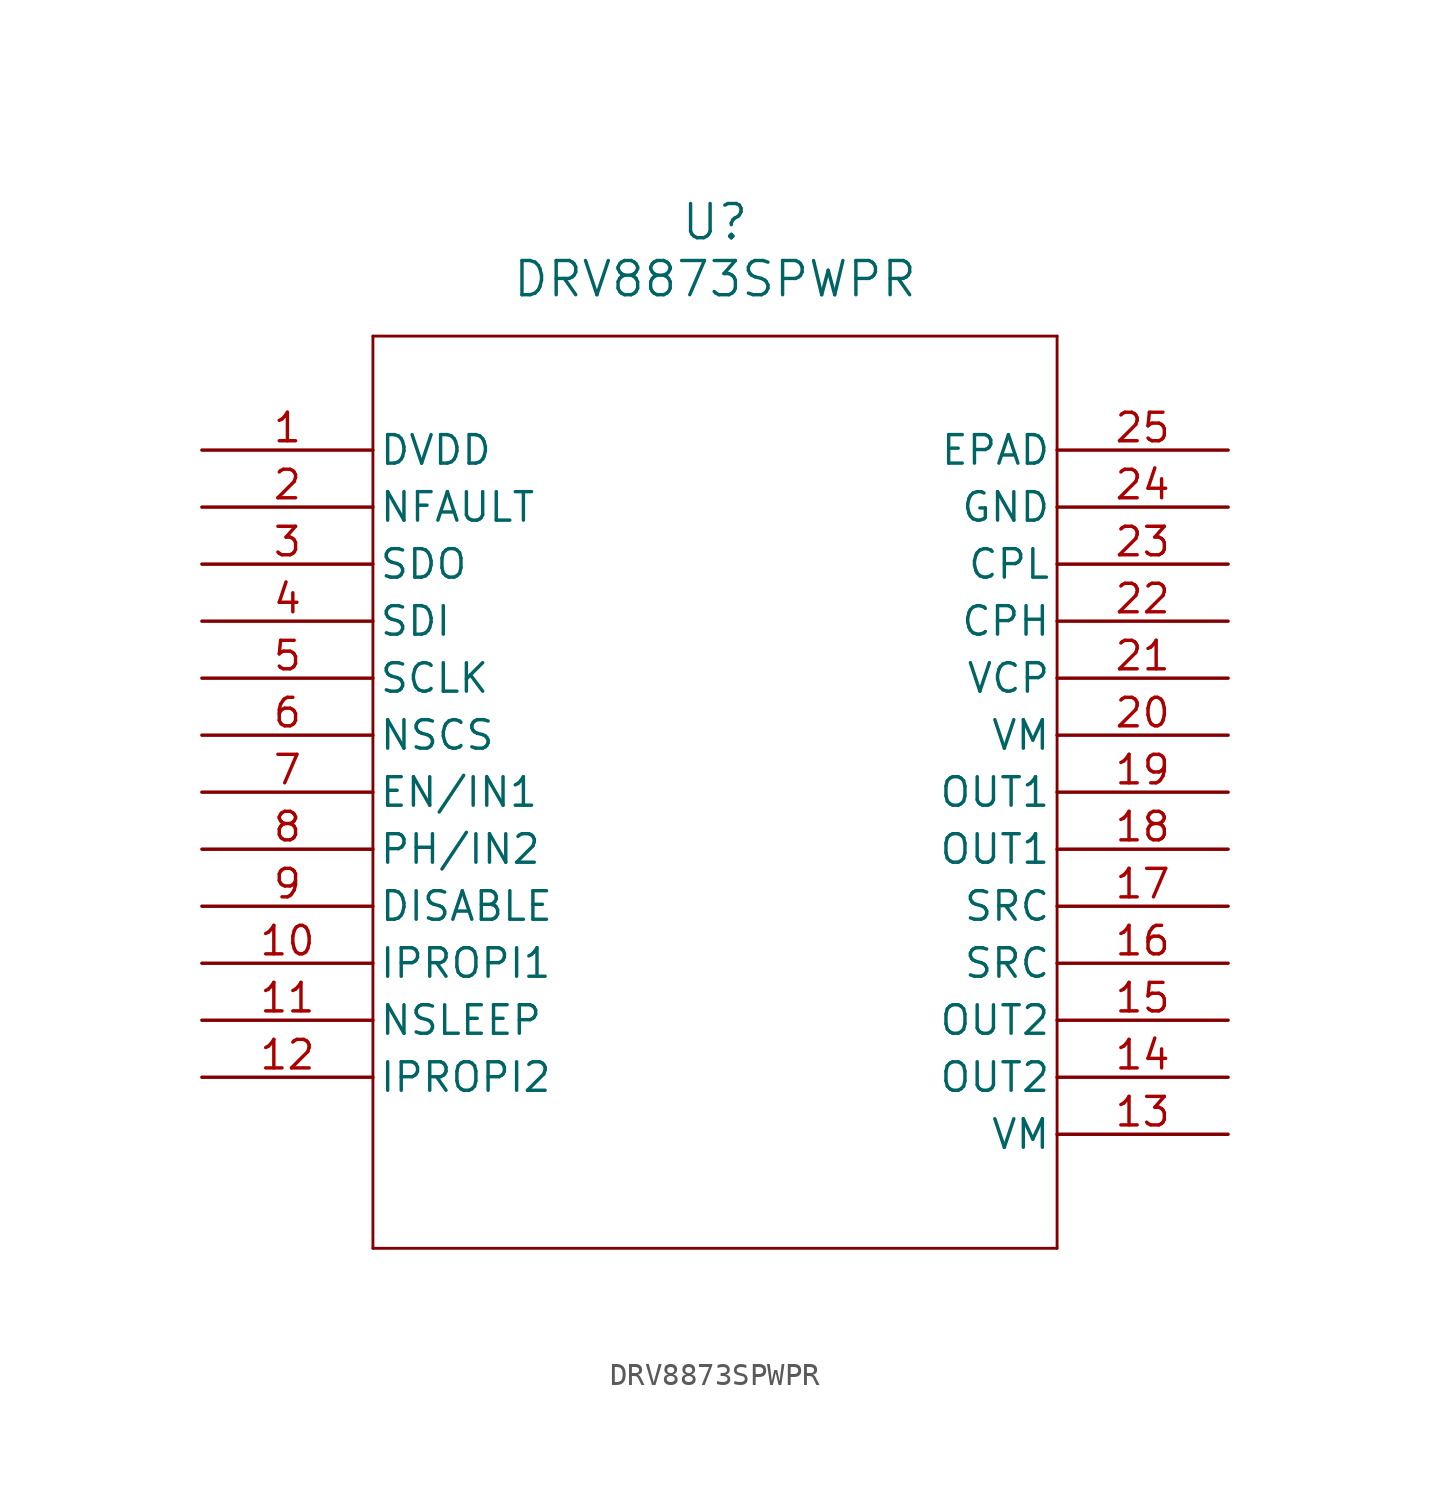
<source format=kicad_sym>
(kicad_symbol_lib
  (version 20211014)
  (generator kicad_symbol_editor)
  (symbol "DRV8873SPWPR"
    (pin_names
      (offset 0.254))
    (property "Reference" "U"
      (at 22.86 10.16 0)
      (effects (font (size 1.524 1.524))))
    (property "Value" "DRV8873SPWPR"
      (at 22.86 7.62 0)
      (effects (font (size 1.524 1.524))))
    (symbol "DRV8873SPWPR_0_1"
      (polyline (pts (xy 7.62 5.08) (xy 7.62 -35.56)) (stroke (width 0.127) (type default) (color 0 0 0 0)) (fill (type none)))
      (polyline (pts (xy 7.62 -35.56) (xy 38.1 -35.56)) (stroke (width 0.127) (type default) (color 0 0 0 0)) (fill (type none)))
      (polyline (pts (xy 38.1 -35.56) (xy 38.1 5.08)) (stroke (width 0.127) (type default) (color 0 0 0 0)) (fill (type none)))
      (polyline (pts (xy 38.1 5.08) (xy 7.62 5.08)) (stroke (width 0.127) (type default) (color 0 0 0 0)) (fill (type none)))
      (pin power_in line (at 0 0 0) (length 7.62) (name "DVDD" (effects (font (size 1.27 1.27)))) (number "1" (effects (font (size 1.27 1.27)))))
      (pin output line (at 0 -2.54 0) (length 7.62) (name "NFAULT" (effects (font (size 1.27 1.27)))) (number "2" (effects (font (size 1.27 1.27)))))
      (pin output line (at 0 -5.08 0) (length 7.62) (name "SDO" (effects (font (size 1.27 1.27)))) (number "3" (effects (font (size 1.27 1.27)))))
      (pin input line (at 0 -7.62 0) (length 7.62) (name "SDI" (effects (font (size 1.27 1.27)))) (number "4" (effects (font (size 1.27 1.27)))))
      (pin input line (at 0 -10.16 0) (length 7.62) (name "SCLK" (effects (font (size 1.27 1.27)))) (number "5" (effects (font (size 1.27 1.27)))))
      (pin input line (at 0 -12.7 0) (length 7.62) (name "NSCS" (effects (font (size 1.27 1.27)))) (number "6" (effects (font (size 1.27 1.27)))))
      (pin input line (at 0 -15.24 0) (length 7.62) (name "EN/IN1" (effects (font (size 1.27 1.27)))) (number "7" (effects (font (size 1.27 1.27)))))
      (pin input line (at 0 -17.78 0) (length 7.62) (name "PH/IN2" (effects (font (size 1.27 1.27)))) (number "8" (effects (font (size 1.27 1.27)))))
      (pin input line (at 0 -20.32 0) (length 7.62) (name "DISABLE" (effects (font (size 1.27 1.27)))) (number "9" (effects (font (size 1.27 1.27)))))
      (pin output line (at 0 -22.86 0) (length 7.62) (name "IPROPI1" (effects (font (size 1.27 1.27)))) (number "10" (effects (font (size 1.27 1.27)))))
      (pin input line (at 0 -25.4 0) (length 7.62) (name "NSLEEP" (effects (font (size 1.27 1.27)))) (number "11" (effects (font (size 1.27 1.27)))))
      (pin output line (at 0 -27.94 0) (length 7.62) (name "IPROPI2" (effects (font (size 1.27 1.27)))) (number "12" (effects (font (size 1.27 1.27)))))
      (pin power_in line (at 45.72 -30.48 180) (length 7.62) (name "VM" (effects (font (size 1.27 1.27)))) (number "13" (effects (font (size 1.27 1.27)))))
      (pin output line (at 45.72 -27.94 180) (length 7.62) (name "OUT2" (effects (font (size 1.27 1.27)))) (number "14" (effects (font (size 1.27 1.27)))))
      (pin output line (at 45.72 -25.4 180) (length 7.62) (name "OUT2" (effects (font (size 1.27 1.27)))) (number "15" (effects (font (size 1.27 1.27)))))
      (pin output line (at 45.72 -22.86 180) (length 7.62) (name "SRC" (effects (font (size 1.27 1.27)))) (number "16" (effects (font (size 1.27 1.27)))))
      (pin output line (at 45.72 -20.32 180) (length 7.62) (name "SRC" (effects (font (size 1.27 1.27)))) (number "17" (effects (font (size 1.27 1.27)))))
      (pin output line (at 45.72 -17.78 180) (length 7.62) (name "OUT1" (effects (font (size 1.27 1.27)))) (number "18" (effects (font (size 1.27 1.27)))))
      (pin output line (at 45.72 -15.24 180) (length 7.62) (name "OUT1" (effects (font (size 1.27 1.27)))) (number "19" (effects (font (size 1.27 1.27)))))
      (pin power_in line (at 45.72 -12.7 180) (length 7.62) (name "VM" (effects (font (size 1.27 1.27)))) (number "20" (effects (font (size 1.27 1.27)))))
      (pin power_in line (at 45.72 -10.16 180) (length 7.62) (name "VCP" (effects (font (size 1.27 1.27)))) (number "21" (effects (font (size 1.27 1.27)))))
      (pin unspecified line (at 45.72 -7.62 180) (length 7.62) (name "CPH" (effects (font (size 1.27 1.27)))) (number "22" (effects (font (size 1.27 1.27)))))
      (pin unspecified line (at 45.72 -5.08 180) (length 7.62) (name "CPL" (effects (font (size 1.27 1.27)))) (number "23" (effects (font (size 1.27 1.27)))))
      (pin power_in line (at 45.72 -2.54 180) (length 7.62) (name "GND" (effects (font (size 1.27 1.27)))) (number "24" (effects (font (size 1.27 1.27)))))
      (pin unspecified line (at 45.72 0 180) (length 7.62) (name "EPAD" (effects (font (size 1.27 1.27)))) (number "25" (effects (font (size 1.27 1.27))))))))
</source>
